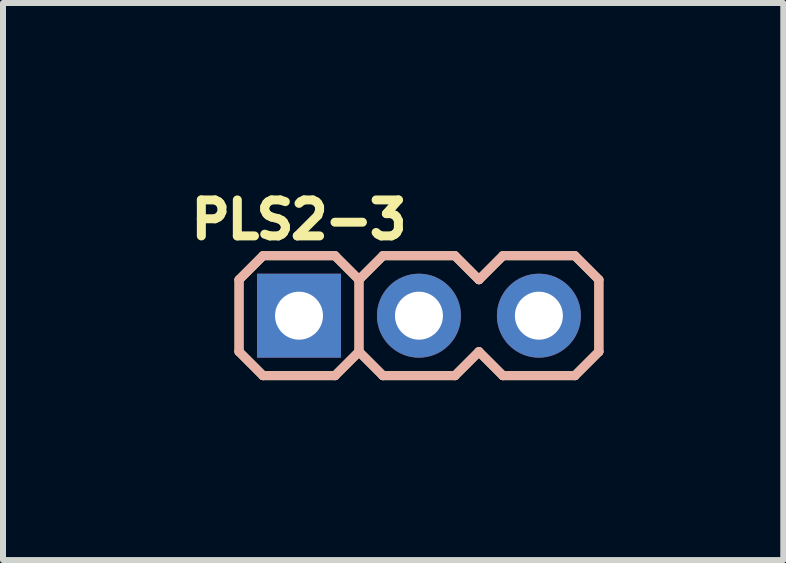
<source format=kicad_pcb>
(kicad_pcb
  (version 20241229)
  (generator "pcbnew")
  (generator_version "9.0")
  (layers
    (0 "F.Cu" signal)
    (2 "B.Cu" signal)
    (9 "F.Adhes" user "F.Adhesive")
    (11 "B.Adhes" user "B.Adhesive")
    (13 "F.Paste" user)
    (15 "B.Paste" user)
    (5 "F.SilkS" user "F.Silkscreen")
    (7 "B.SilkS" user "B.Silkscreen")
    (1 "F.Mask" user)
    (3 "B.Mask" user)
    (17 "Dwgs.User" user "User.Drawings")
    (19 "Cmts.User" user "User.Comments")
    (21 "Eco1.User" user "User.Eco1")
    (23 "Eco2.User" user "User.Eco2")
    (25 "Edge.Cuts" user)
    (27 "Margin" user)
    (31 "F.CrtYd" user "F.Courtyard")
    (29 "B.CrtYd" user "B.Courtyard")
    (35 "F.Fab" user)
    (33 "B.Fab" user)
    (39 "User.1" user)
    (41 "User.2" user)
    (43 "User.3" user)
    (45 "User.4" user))
  (footprint "PLS2-3"
    (layer "F.Cu")
    (at 1.936 2.214)
    (property "Reference" "PLS2-3" (at 0 -1.6 0) (layer "F.SilkS") (effects (font (size 0.6 0.6) (thickness 0.15))))
    (attr through_hole)
    (fp_line (start -1 -0.6) (end -0.6 -1) (stroke (width 0.15) (type solid)) (layer "F.SilkS"))
    (fp_line (start -1 0.6) (end -1 -0.6) (stroke (width 0.15) (type solid)) (layer "F.SilkS"))
    (fp_line (start -0.6 -1) (end 0.6 -1) (stroke (width 0.15) (type solid)) (layer "F.SilkS"))
    (fp_line (start -0.6 1) (end -1 0.6) (stroke (width 0.15) (type solid)) (layer "F.SilkS"))
    (fp_line (start 0.6 1) (end -0.6 1) (stroke (width 0.15) (type solid)) (layer "F.SilkS"))
    (fp_line (start 1 -0.6) (end 0.6 -1) (stroke (width 0.15) (type solid)) (layer "F.SilkS"))
    (fp_line (start 1 -0.6) (end 1.4 -1) (stroke (width 0.15) (type solid)) (layer "F.SilkS"))
    (fp_line (start 1 0.6) (end 0.6 1) (stroke (width 0.15) (type solid)) (layer "F.SilkS"))
    (fp_line (start 1 0.6) (end 1 -0.6) (stroke (width 0.15) (type solid)) (layer "F.SilkS"))
    (fp_line (start 1.4 -1) (end 2.6 -1) (stroke (width 0.15) (type solid)) (layer "F.SilkS"))
    (fp_line (start 1.4 1) (end 1 0.6) (stroke (width 0.15) (type solid)) (layer "F.SilkS"))
    (fp_line (start 2.6 -1) (end 3 -0.6) (stroke (width 0.15) (type solid)) (layer "F.SilkS"))
    (fp_line (start 2.6 1) (end 1.4 1) (stroke (width 0.15) (type solid)) (layer "F.SilkS"))
    (fp_line (start 3 -0.6) (end 3.4 -1) (stroke (width 0.15) (type solid)) (layer "F.SilkS"))
    (fp_line (start 3 0.6) (end 2.6 1) (stroke (width 0.15) (type solid)) (layer "F.SilkS"))
    (fp_line (start 3.4 -1) (end 4.6 -1) (stroke (width 0.15) (type solid)) (layer "F.SilkS"))
    (fp_line (start 3.4 1) (end 3 0.6) (stroke (width 0.15) (type solid)) (layer "F.SilkS"))
    (fp_line (start 4.6 -1) (end 5 -0.6) (stroke (width 0.15) (type solid)) (layer "F.SilkS"))
    (fp_line (start 4.6 1) (end 3.4 1) (stroke (width 0.15) (type solid)) (layer "F.SilkS"))
    (fp_line (start 5 -0.6) (end 5 0.6) (stroke (width 0.15) (type solid)) (layer "F.SilkS"))
    (fp_line (start 5 0.6) (end 4.6 1) (stroke (width 0.15) (type solid)) (layer "F.SilkS"))
    (fp_line (start -1 -0.6) (end -0.6 -1) (stroke (width 0.15) (type solid)) (layer "B.SilkS"))
    (fp_line (start -1 0.6) (end -1 -0.6) (stroke (width 0.15) (type solid)) (layer "B.SilkS"))
    (fp_line (start -0.6 -1) (end 0.6 -1) (stroke (width 0.15) (type solid)) (layer "B.SilkS"))
    (fp_line (start -0.6 1) (end -1 0.6) (stroke (width 0.15) (type solid)) (layer "B.SilkS"))
    (fp_line (start 0.6 -1) (end 1 -0.6) (stroke (width 0.15) (type solid)) (layer "B.SilkS"))
    (fp_line (start 0.6 1) (end -0.6 1) (stroke (width 0.15) (type solid)) (layer "B.SilkS"))
    (fp_line (start 1 -0.6) (end 1 0.6) (stroke (width 0.15) (type solid)) (layer "B.SilkS"))
    (fp_line (start 1 -0.6) (end 1.4 -1) (stroke (width 0.15) (type solid)) (layer "B.SilkS"))
    (fp_line (start 1 0.6) (end 0.6 1) (stroke (width 0.15) (type solid)) (layer "B.SilkS"))
    (fp_line (start 1.4 -1) (end 2.6 -1) (stroke (width 0.15) (type solid)) (layer "B.SilkS"))
    (fp_line (start 1.4 1) (end 1 0.6) (stroke (width 0.15) (type solid)) (layer "B.SilkS"))
    (fp_line (start 2.6 -1) (end 3 -0.6) (stroke (width 0.15) (type solid)) (layer "B.SilkS"))
    (fp_line (start 2.6 1) (end 1.4 1) (stroke (width 0.15) (type solid)) (layer "B.SilkS"))
    (fp_line (start 3 -0.6) (end 3.4 -1) (stroke (width 0.15) (type solid)) (layer "B.SilkS"))
    (fp_line (start 3 0.6) (end 2.6 1) (stroke (width 0.15) (type solid)) (layer "B.SilkS"))
    (fp_line (start 3.4 -1) (end 4.6 -1) (stroke (width 0.15) (type solid)) (layer "B.SilkS"))
    (fp_line (start 3.4 1) (end 3 0.6) (stroke (width 0.15) (type solid)) (layer "B.SilkS"))
    (fp_line (start 4.6 -1) (end 5 -0.6) (stroke (width 0.15) (type solid)) (layer "B.SilkS"))
    (fp_line (start 4.6 1) (end 3.4 1) (stroke (width 0.15) (type solid)) (layer "B.SilkS"))
    (fp_line (start 5 -0.6) (end 5 0.6) (stroke (width 0.15) (type solid)) (layer "B.SilkS"))
    (fp_line (start 5 0.6) (end 4.6 1) (stroke (width 0.15) (type solid)) (layer "B.SilkS"))
    (pad "1" thru_hole rect (at 0 0) (size 1.4 1.4) (drill 0.8) (layers "*.Cu" "*.Mask"))
    (pad "2" thru_hole circle (at 2 0) (size 1.4 1.4) (drill 0.8) (layers "*.Cu" "*.Mask"))
    (pad "3" thru_hole circle (at 4 0) (size 1.4 1.4) (drill 0.8) (layers "*.Cu" "*.Mask")))
  (gr_rect
    (start -3 -3)
    (end 10.011 6.289)
    (stroke (width 0.1) (type default))
    (fill no)
    (layer "Edge.Cuts")))
</source>
